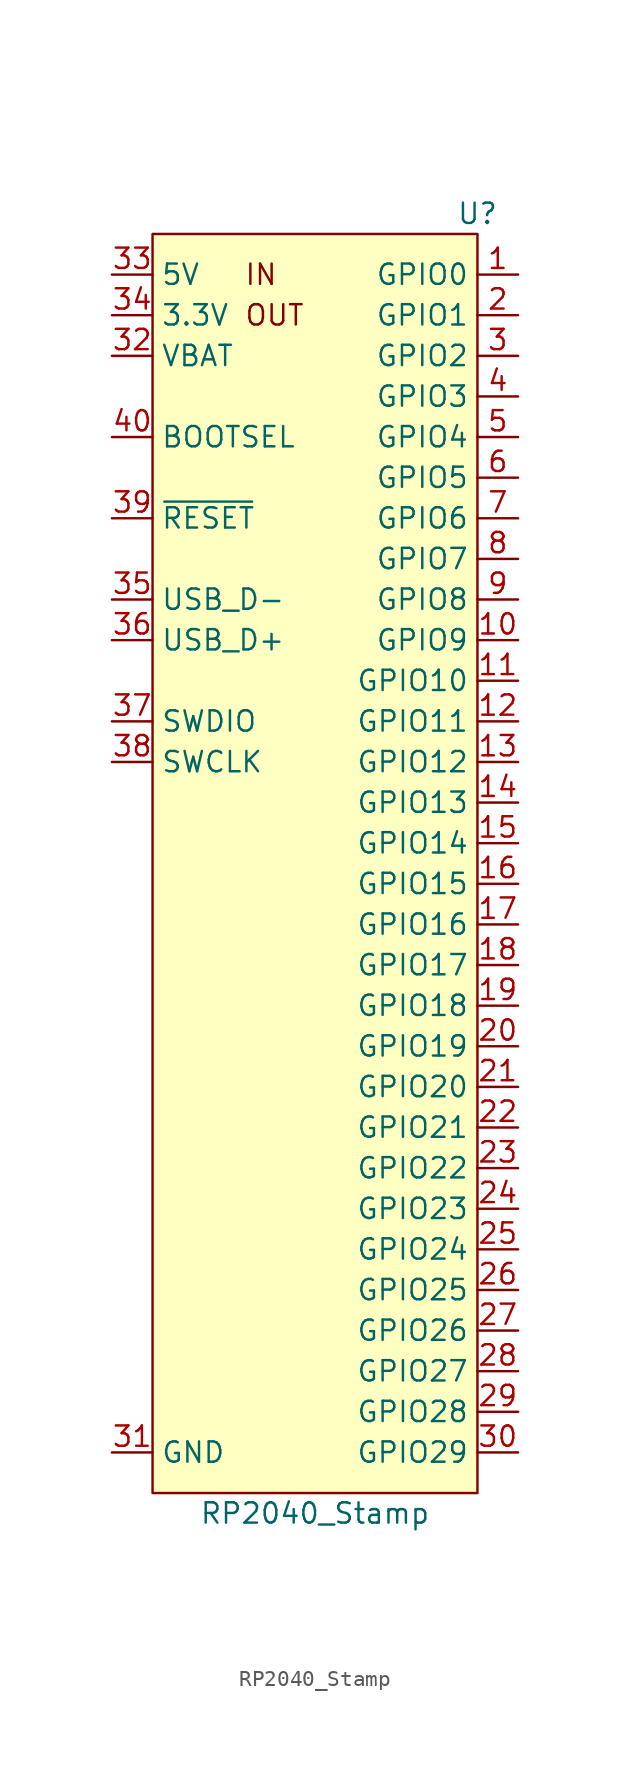
<source format=kicad_sym>
(kicad_symbol_lib
  (version 20201005)
  (generator kicad_symbol_editor)
  (symbol "RP2040_Stamp:RP2040_Stamp"
    (property "Reference" "U"
      (at 10.16 43.18 0)
      (effects (font (size 1.27 1.27))))
    (property "Value" "RP2040_Stamp"
      (at 0 -38.1 0)
      (effects (font (size 1.27 1.27))))
    (symbol "RP2040_Stamp_0_0"
      (text "IN" (at -4.445 39.37 0) (effects (font (size 1.27 1.27)) (justify left)))
      (text "OUT" (at -4.445 36.83 0) (effects (font (size 1.27 1.27)) (justify left)))
      (pin bidirectional line (at 12.7 39.37 180) (length 2.54) (name "GPIO0" (effects (font (size 1.27 1.27)))) (number "1" (effects (font (size 1.27 1.27)))))
      (pin bidirectional line (at 12.7 16.51 180) (length 2.54) (name "GPIO9" (effects (font (size 1.27 1.27)))) (number "10" (effects (font (size 1.27 1.27)))))
      (pin bidirectional line (at 12.7 13.97 180) (length 2.54) (name "GPIO10" (effects (font (size 1.27 1.27)))) (number "11" (effects (font (size 1.27 1.27)))))
      (pin bidirectional line (at 12.7 11.43 180) (length 2.54) (name "GPIO11" (effects (font (size 1.27 1.27)))) (number "12" (effects (font (size 1.27 1.27)))))
      (pin bidirectional line (at 12.7 8.89 180) (length 2.54) (name "GPIO12" (effects (font (size 1.27 1.27)))) (number "13" (effects (font (size 1.27 1.27)))))
      (pin bidirectional line (at 12.7 6.35 180) (length 2.54) (name "GPIO13" (effects (font (size 1.27 1.27)))) (number "14" (effects (font (size 1.27 1.27)))))
      (pin bidirectional line (at 12.7 3.81 180) (length 2.54) (name "GPIO14" (effects (font (size 1.27 1.27)))) (number "15" (effects (font (size 1.27 1.27)))))
      (pin bidirectional line (at 12.7 1.27 180) (length 2.54) (name "GPIO15" (effects (font (size 1.27 1.27)))) (number "16" (effects (font (size 1.27 1.27)))))
      (pin bidirectional line (at 12.7 -1.27 180) (length 2.54) (name "GPIO16" (effects (font (size 1.27 1.27)))) (number "17" (effects (font (size 1.27 1.27)))))
      (pin bidirectional line (at 12.7 -3.81 180) (length 2.54) (name "GPIO17" (effects (font (size 1.27 1.27)))) (number "18" (effects (font (size 1.27 1.27)))))
      (pin bidirectional line (at 12.7 -6.35 180) (length 2.54) (name "GPIO18" (effects (font (size 1.27 1.27)))) (number "19" (effects (font (size 1.27 1.27)))))
      (pin bidirectional line (at 12.7 36.83 180) (length 2.54) (name "GPIO1" (effects (font (size 1.27 1.27)))) (number "2" (effects (font (size 1.27 1.27)))))
      (pin bidirectional line (at 12.7 -8.89 180) (length 2.54) (name "GPIO19" (effects (font (size 1.27 1.27)))) (number "20" (effects (font (size 1.27 1.27)))))
      (pin bidirectional line (at 12.7 -11.43 180) (length 2.54) (name "GPIO20" (effects (font (size 1.27 1.27)))) (number "21" (effects (font (size 1.27 1.27)))))
      (pin bidirectional line (at 12.7 -13.97 180) (length 2.54) (name "GPIO21" (effects (font (size 1.27 1.27)))) (number "22" (effects (font (size 1.27 1.27)))) (alternate "NEOPIXEL" output line))
      (pin bidirectional line (at 12.7 -16.51 180) (length 2.54) (name "GPIO22" (effects (font (size 1.27 1.27)))) (number "23" (effects (font (size 1.27 1.27)))))
      (pin bidirectional line (at 12.7 -19.05 180) (length 2.54) (name "GPIO23" (effects (font (size 1.27 1.27)))) (number "24" (effects (font (size 1.27 1.27)))))
      (pin bidirectional line (at 12.7 -21.59 180) (length 2.54) (name "GPIO24" (effects (font (size 1.27 1.27)))) (number "25" (effects (font (size 1.27 1.27)))))
      (pin bidirectional line (at 12.7 -24.13 180) (length 2.54) (name "GPIO25" (effects (font (size 1.27 1.27)))) (number "26" (effects (font (size 1.27 1.27)))))
      (pin bidirectional line (at 12.7 -26.67 180) (length 2.54) (name "GPIO26" (effects (font (size 1.27 1.27)))) (number "27" (effects (font (size 1.27 1.27)))) (alternate "A0" input line))
      (pin bidirectional line (at 12.7 -29.21 180) (length 2.54) (name "GPIO27" (effects (font (size 1.27 1.27)))) (number "28" (effects (font (size 1.27 1.27)))) (alternate "A1" input line))
      (pin bidirectional line (at 12.7 -31.75 180) (length 2.54) (name "GPIO28" (effects (font (size 1.27 1.27)))) (number "29" (effects (font (size 1.27 1.27)))) (alternate "A2" input line))
      (pin bidirectional line (at 12.7 34.29 180) (length 2.54) (name "GPIO2" (effects (font (size 1.27 1.27)))) (number "3" (effects (font (size 1.27 1.27)))))
      (pin bidirectional line (at 12.7 -34.29 180) (length 2.54) (name "GPIO29" (effects (font (size 1.27 1.27)))) (number "30" (effects (font (size 1.27 1.27)))) (alternate "A3" input line))
      (pin power_in line (at -12.7 -34.29 0) (length 2.54) (name "GND" (effects (font (size 1.27 1.27)))) (number "31" (effects (font (size 1.27 1.27)))))
      (pin power_in line (at -12.7 34.29 0) (length 2.54) (name "VBAT" (effects (font (size 1.27 1.27)))) (number "32" (effects (font (size 1.27 1.27)))))
      (pin power_in line (at -12.7 39.37 0) (length 2.54) (name "5V" (effects (font (size 1.27 1.27)))) (number "33" (effects (font (size 1.27 1.27)))))
      (pin power_out line (at -12.7 36.83 0) (length 2.54) (name "3.3V" (effects (font (size 1.27 1.27)))) (number "34" (effects (font (size 1.27 1.27)))))
      (pin bidirectional line (at -12.7 19.05 0) (length 2.54) (name "USB_D-" (effects (font (size 1.27 1.27)))) (number "35" (effects (font (size 1.27 1.27)))))
      (pin bidirectional line (at -12.7 16.51 0) (length 2.54) (name "USB_D+" (effects (font (size 1.27 1.27)))) (number "36" (effects (font (size 1.27 1.27)))))
      (pin bidirectional line (at -12.7 11.43 0) (length 2.54) (name "SWDIO" (effects (font (size 1.27 1.27)))) (number "37" (effects (font (size 1.27 1.27)))))
      (pin input line (at -12.7 8.89 0) (length 2.54) (name "SWCLK" (effects (font (size 1.27 1.27)))) (number "38" (effects (font (size 1.27 1.27)))))
      (pin bidirectional line (at -12.7 24.13 0) (length 2.54) (name "~RESET~" (effects (font (size 1.27 1.27)))) (number "39" (effects (font (size 1.27 1.27)))))
      (pin bidirectional line (at 12.7 31.75 180) (length 2.54) (name "GPIO3" (effects (font (size 1.27 1.27)))) (number "4" (effects (font (size 1.27 1.27)))))
      (pin input line (at -12.7 29.21 0) (length 2.54) (name "BOOTSEL" (effects (font (size 1.27 1.27)))) (number "40" (effects (font (size 1.27 1.27)))))
      (pin bidirectional line (at 12.7 29.21 180) (length 2.54) (name "GPIO4" (effects (font (size 1.27 1.27)))) (number "5" (effects (font (size 1.27 1.27)))))
      (pin bidirectional line (at 12.7 26.67 180) (length 2.54) (name "GPIO5" (effects (font (size 1.27 1.27)))) (number "6" (effects (font (size 1.27 1.27)))))
      (pin bidirectional line (at 12.7 24.13 180) (length 2.54) (name "GPIO6" (effects (font (size 1.27 1.27)))) (number "7" (effects (font (size 1.27 1.27)))))
      (pin bidirectional line (at 12.7 21.59 180) (length 2.54) (name "GPIO7" (effects (font (size 1.27 1.27)))) (number "8" (effects (font (size 1.27 1.27)))))
      (pin bidirectional line (at 12.7 19.05 180) (length 2.54) (name "GPIO8" (effects (font (size 1.27 1.27)))) (number "9" (effects (font (size 1.27 1.27))))))
    (symbol "RP2040_Stamp_0_1"
      (rectangle (start -10.16 41.91) (end 10.16 -36.83) (stroke (width 0.152)) (fill (type background))))))
</source>
